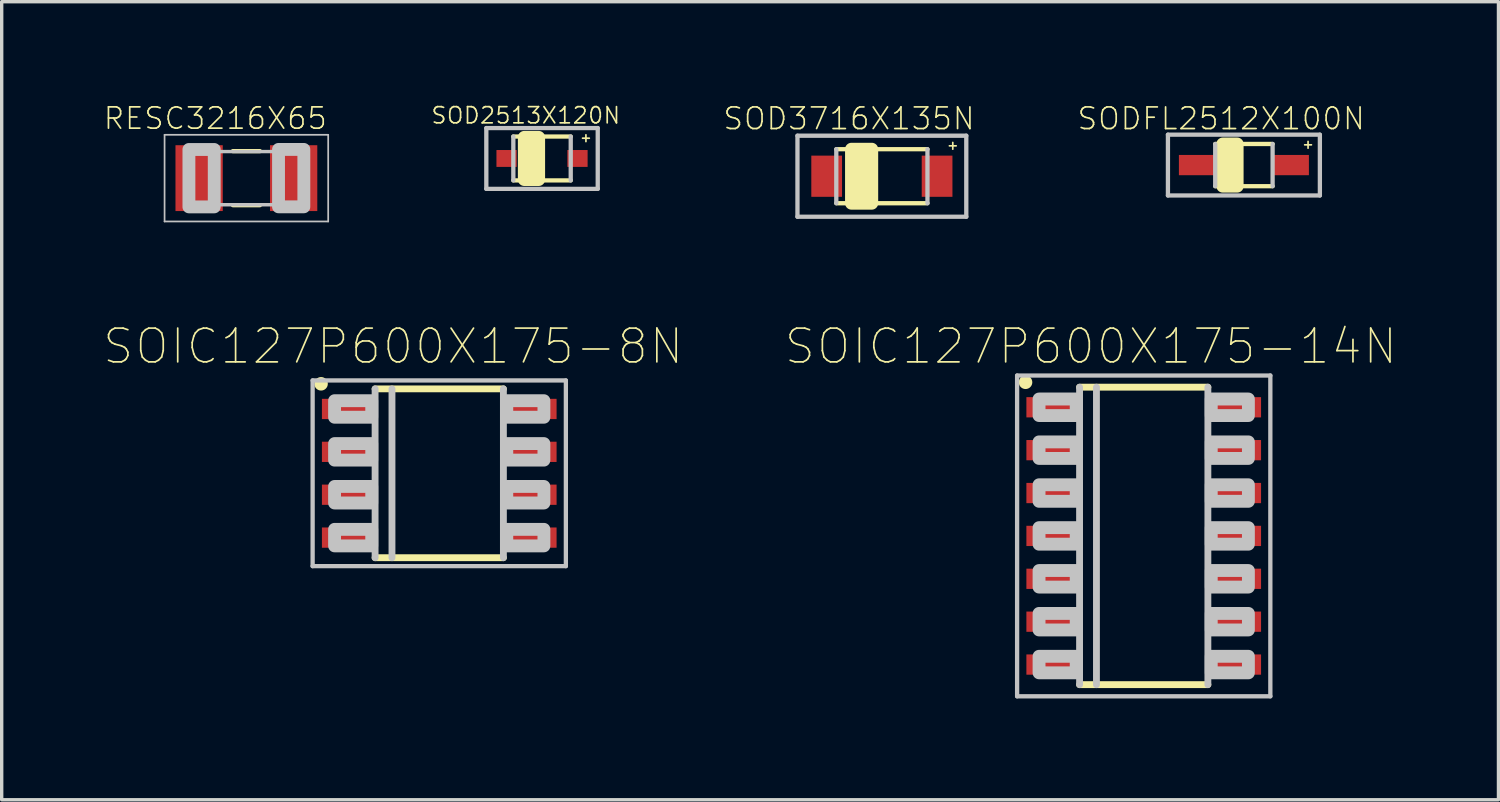
<source format=kicad_pcb>
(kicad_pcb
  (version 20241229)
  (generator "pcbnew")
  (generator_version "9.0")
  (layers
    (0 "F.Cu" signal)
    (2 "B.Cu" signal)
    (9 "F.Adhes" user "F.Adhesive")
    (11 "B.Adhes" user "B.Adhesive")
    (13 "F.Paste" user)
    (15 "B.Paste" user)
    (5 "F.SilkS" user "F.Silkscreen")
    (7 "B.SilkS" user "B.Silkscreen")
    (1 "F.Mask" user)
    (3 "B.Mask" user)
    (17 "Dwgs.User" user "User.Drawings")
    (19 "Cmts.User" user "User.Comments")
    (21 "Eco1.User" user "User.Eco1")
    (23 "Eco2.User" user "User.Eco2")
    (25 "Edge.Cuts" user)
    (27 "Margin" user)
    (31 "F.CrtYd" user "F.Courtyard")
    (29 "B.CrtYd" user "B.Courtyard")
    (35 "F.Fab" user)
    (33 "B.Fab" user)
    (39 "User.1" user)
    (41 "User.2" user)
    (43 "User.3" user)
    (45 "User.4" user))
  (footprint "RESC3216X65"
    (layer "F.Cu")
    (at 4.247 2.226)
    (property "Reference" "RESC3216X65" (at -0.92 -1.77 0) (layer "F.SilkS") (effects (font (size 0.63 0.63) (thickness 0.05))))
    (attr smd)
    (fp_line (start -0.4 -0.8) (end 0.4 -0.8) (stroke (width 0.127) (type solid)) (layer "F.SilkS"))
    (fp_line (start -0.4 0.8) (end 0.4 0.8) (stroke (width 0.127) (type solid)) (layer "F.SilkS"))
    (fp_line (start -2.423 -1.283) (end 2.423 -1.283) (stroke (width 0.051) (type solid)) (layer "Dwgs.User"))
    (fp_line (start -2.423 1.283) (end -2.423 -1.283) (stroke (width 0.051) (type solid)) (layer "Dwgs.User"))
    (fp_line (start -0.965 -0.787) (end 0.965 -0.787) (stroke (width 0.102) (type solid)) (layer "Dwgs.User"))
    (fp_line (start -0.965 0.787) (end 0.965 0.787) (stroke (width 0.102) (type solid)) (layer "Dwgs.User"))
    (fp_line (start 2.423 -1.283) (end 2.423 1.283) (stroke (width 0.051) (type solid)) (layer "Dwgs.User"))
    (fp_line (start 2.423 1.283) (end -2.423 1.283) (stroke (width 0.051) (type solid)) (layer "Dwgs.User"))
    (fp_poly (pts (xy -1.702 -0.849) (xy -0.952 -0.849) (xy -0.952 0.851) (xy -1.702 0.851)) (stroke (width 0.381) (type solid)) (fill no) (layer "Dwgs.User"))
    (fp_poly (pts (xy 0.952 -0.851) (xy 1.702 -0.851) (xy 1.702 0.849) (xy 0.952 0.849)) (stroke (width 0.381) (type solid)) (fill no) (layer "Dwgs.User"))
    (pad "1" smd rect (at -1.4 0) (size 1.4 1.95) (layers "F.Cu" "F.Mask" "F.Paste"))
    (pad "2" smd rect (at 1.4 0) (size 1.4 1.95) (layers "F.Cu" "F.Mask" "F.Paste")))
  (footprint "SOIC127P600X175-8N"
    (layer "F.Cu")
    (at 9.959 10.967)
    (property "Reference" "SOIC127P600X175-8N" (at -1.365 -3.76 0) (layer "F.SilkS") (effects (font (size 1 1) (thickness 0.05))))
    (attr smd)
    (fp_line (start -1.9 -2.5) (end 1.9 -2.5) (stroke (width 0.203) (type solid)) (layer "F.SilkS"))
    (fp_line (start 1.9 2.5) (end -1.9 2.5) (stroke (width 0.203) (type solid)) (layer "F.SilkS"))
    (fp_circle (center -3.5 -2.65) (end -3.3 -2.65) (stroke (width 0) (type solid)) (fill yes) (layer "F.SilkS"))
    (fp_line (start -3.75 -2.75) (end 3.75 -2.75) (stroke (width 0.127) (type solid)) (layer "Dwgs.User"))
    (fp_line (start -3.75 2.75) (end -3.75 -2.75) (stroke (width 0.127) (type solid)) (layer "Dwgs.User"))
    (fp_line (start -1.9 2.5) (end -1.9 -2.5) (stroke (width 0.203) (type solid)) (layer "Dwgs.User"))
    (fp_line (start -1.4 2.5) (end -1.4 -2.5) (stroke (width 0.203) (type solid)) (layer "Dwgs.User"))
    (fp_line (start 1.9 -2.5) (end 1.9 2.5) (stroke (width 0.203) (type solid)) (layer "Dwgs.User"))
    (fp_line (start 3.75 -2.75) (end 3.75 2.75) (stroke (width 0.127) (type solid)) (layer "Dwgs.User"))
    (fp_line (start 3.75 2.75) (end -3.75 2.75) (stroke (width 0.127) (type solid)) (layer "Dwgs.User"))
    (fp_poly (pts (xy -2 -2.15) (xy -2 -1.66) (xy -3.1 -1.66) (xy -3.1 -2.15)) (stroke (width 0.381) (type solid)) (fill no) (layer "Dwgs.User"))
    (fp_poly (pts (xy -2 -0.88) (xy -2 -0.39) (xy -3.1 -0.39) (xy -3.1 -0.88)) (stroke (width 0.381) (type solid)) (fill no) (layer "Dwgs.User"))
    (fp_poly (pts (xy -2 0.39) (xy -2 0.88) (xy -3.1 0.88) (xy -3.1 0.39)) (stroke (width 0.381) (type solid)) (fill no) (layer "Dwgs.User"))
    (fp_poly (pts (xy -2 1.66) (xy -2 2.15) (xy -3.1 2.15) (xy -3.1 1.66)) (stroke (width 0.381) (type solid)) (fill no) (layer "Dwgs.User"))
    (fp_poly (pts (xy 3.1 -2.15) (xy 3.1 -1.66) (xy 2 -1.66) (xy 2 -2.15)) (stroke (width 0.381) (type solid)) (fill no) (layer "Dwgs.User"))
    (fp_poly (pts (xy 3.1 -0.88) (xy 3.1 -0.39) (xy 2 -0.39) (xy 2 -0.88)) (stroke (width 0.381) (type solid)) (fill no) (layer "Dwgs.User"))
    (fp_poly (pts (xy 3.1 0.39) (xy 3.1 0.88) (xy 2 0.88) (xy 2 0.39)) (stroke (width 0.381) (type solid)) (fill no) (layer "Dwgs.User"))
    (fp_poly (pts (xy 3.1 1.66) (xy 3.1 2.15) (xy 2 2.15) (xy 2 1.66)) (stroke (width 0.381) (type solid)) (fill no) (layer "Dwgs.User"))
    (pad "1" smd rect (at -2.7 -1.905) (size 1.55 0.6) (layers "F.Cu" "F.Mask" "F.Paste"))
    (pad "2" smd rect (at -2.7 -0.635) (size 1.55 0.6) (layers "F.Cu" "F.Mask" "F.Paste"))
    (pad "3" smd rect (at -2.7 0.635) (size 1.55 0.6) (layers "F.Cu" "F.Mask" "F.Paste"))
    (pad "4" smd rect (at -2.7 1.905 180) (size 1.55 0.6) (layers "F.Cu" "F.Mask" "F.Paste"))
    (pad "5" smd rect (at 2.7 1.905) (size 1.55 0.6) (layers "F.Cu" "F.Mask" "F.Paste"))
    (pad "6" smd rect (at 2.7 0.635) (size 1.55 0.6) (layers "F.Cu" "F.Mask" "F.Paste"))
    (pad "7" smd rect (at 2.7 -0.635) (size 1.55 0.6) (layers "F.Cu" "F.Mask" "F.Paste"))
    (pad "8" smd rect (at 2.7 -1.905) (size 1.55 0.6) (layers "F.Cu" "F.Mask" "F.Paste")))
  (footprint "SOD2513X120N"
    (layer "F.Cu")
    (at 13.003 1.643)
    (property "Reference" "SOD2513X120N" (at -0.481 -1.275 0) (layer "F.SilkS") (effects (font (size 0.48 0.48) (thickness 0.05))))
    (attr smd)
    (fp_line (start -0.85 -0.65) (end 0.85 -0.65) (stroke (width 0.127) (type solid)) (layer "F.SilkS"))
    (fp_line (start -0.85 0.65) (end 0.85 0.65) (stroke (width 0.127) (type solid)) (layer "F.SilkS"))
    (fp_line (start 1.2 -0.6) (end 1.4 -0.6) (stroke (width 0.05) (type solid)) (layer "F.SilkS"))
    (fp_line (start 1.3 -0.7) (end 1.3 -0.5) (stroke (width 0.05) (type solid)) (layer "F.SilkS"))
    (fp_poly (pts (xy -0.525 -0.625) (xy -0.1 -0.625) (xy -0.1 0.625) (xy -0.525 0.625)) (stroke (width 0.381) (type solid)) (fill yes) (layer "F.SilkS"))
    (fp_line (start -1.65 -0.9) (end -1.65 0.9) (stroke (width 0.127) (type solid)) (layer "Dwgs.User"))
    (fp_line (start -1.65 0.9) (end 1.65 0.9) (stroke (width 0.127) (type solid)) (layer "Dwgs.User"))
    (fp_line (start -0.85 0.65) (end -0.85 -0.65) (stroke (width 0.127) (type solid)) (layer "Dwgs.User"))
    (fp_line (start 0.85 -0.65) (end 0.85 0.65) (stroke (width 0.127) (type solid)) (layer "Dwgs.User"))
    (fp_line (start 1.65 -0.9) (end -1.65 -0.9) (stroke (width 0.127) (type solid)) (layer "Dwgs.User"))
    (fp_line (start 1.65 0.9) (end 1.65 -0.9) (stroke (width 0.127) (type solid)) (layer "Dwgs.User"))
    (pad "A" smd rect (at 1.05 0) (size 0.6 0.5) (layers "F.Cu" "F.Mask" "F.Paste"))
    (pad "C" smd rect (at -1.05 0) (size 0.6 0.5) (layers "F.Cu" "F.Mask" "F.Paste")))
  (footprint "SOIC127P600X175-14N"
    (layer "F.Cu")
    (at 30.823 12.822)
    (property "Reference" "SOIC127P600X175-14N" (at -1.565 -5.615 0) (layer "F.SilkS") (effects (font (size 1 1) (thickness 0.05))))
    (attr smd)
    (fp_line (start -1.9 -4.405) (end 1.9 -4.405) (stroke (width 0.203) (type solid)) (layer "F.SilkS"))
    (fp_line (start 1.9 4.405) (end -1.9 4.405) (stroke (width 0.203) (type solid)) (layer "F.SilkS"))
    (fp_circle (center -3.5 -4.55) (end -3.3 -4.55) (stroke (width 0) (type solid)) (fill yes) (layer "F.SilkS"))
    (fp_line (start -3.75 -4.75) (end 3.75 -4.75) (stroke (width 0.127) (type solid)) (layer "Dwgs.User"))
    (fp_line (start -3.75 4.75) (end -3.75 -4.75) (stroke (width 0.127) (type solid)) (layer "Dwgs.User"))
    (fp_line (start -1.9 4.405) (end -1.9 -4.405) (stroke (width 0.203) (type solid)) (layer "Dwgs.User"))
    (fp_line (start -1.4 4.405) (end -1.4 -4.405) (stroke (width 0.203) (type solid)) (layer "Dwgs.User"))
    (fp_line (start 1.9 -4.405) (end 1.9 4.405) (stroke (width 0.203) (type solid)) (layer "Dwgs.User"))
    (fp_line (start 3.75 -4.75) (end 3.75 4.75) (stroke (width 0.127) (type solid)) (layer "Dwgs.User"))
    (fp_line (start 3.75 4.75) (end -3.75 4.75) (stroke (width 0.127) (type solid)) (layer "Dwgs.User"))
    (fp_poly (pts (xy -2 -4.055) (xy -2 -3.565) (xy -3.1 -3.565) (xy -3.1 -4.055)) (stroke (width 0.381) (type solid)) (fill no) (layer "Dwgs.User"))
    (fp_poly (pts (xy -2 -2.785) (xy -2 -2.295) (xy -3.1 -2.295) (xy -3.1 -2.785)) (stroke (width 0.381) (type solid)) (fill no) (layer "Dwgs.User"))
    (fp_poly (pts (xy -2 -1.515) (xy -2 -1.025) (xy -3.1 -1.025) (xy -3.1 -1.515)) (stroke (width 0.381) (type solid)) (fill no) (layer "Dwgs.User"))
    (fp_poly (pts (xy -2 -0.245) (xy -2 0.245) (xy -3.1 0.245) (xy -3.1 -0.245)) (stroke (width 0.381) (type solid)) (fill no) (layer "Dwgs.User"))
    (fp_poly (pts (xy -2 1.025) (xy -2 1.515) (xy -3.1 1.515) (xy -3.1 1.025)) (stroke (width 0.381) (type solid)) (fill no) (layer "Dwgs.User"))
    (fp_poly (pts (xy -2 2.295) (xy -2 2.785) (xy -3.1 2.785) (xy -3.1 2.295)) (stroke (width 0.381) (type solid)) (fill no) (layer "Dwgs.User"))
    (fp_poly (pts (xy -2 3.565) (xy -2 4.055) (xy -3.1 4.055) (xy -3.1 3.565)) (stroke (width 0.381) (type solid)) (fill no) (layer "Dwgs.User"))
    (fp_poly (pts (xy 3.1 -4.055) (xy 3.1 -3.565) (xy 2 -3.565) (xy 2 -4.055)) (stroke (width 0.381) (type solid)) (fill no) (layer "Dwgs.User"))
    (fp_poly (pts (xy 3.1 -2.785) (xy 3.1 -2.295) (xy 2 -2.295) (xy 2 -2.785)) (stroke (width 0.381) (type solid)) (fill no) (layer "Dwgs.User"))
    (fp_poly (pts (xy 3.1 -1.515) (xy 3.1 -1.025) (xy 2 -1.025) (xy 2 -1.515)) (stroke (width 0.381) (type solid)) (fill no) (layer "Dwgs.User"))
    (fp_poly (pts (xy 3.1 -0.245) (xy 3.1 0.245) (xy 2 0.245) (xy 2 -0.245)) (stroke (width 0.381) (type solid)) (fill no) (layer "Dwgs.User"))
    (fp_poly (pts (xy 3.1 1.025) (xy 3.1 1.515) (xy 2 1.515) (xy 2 1.025)) (stroke (width 0.381) (type solid)) (fill no) (layer "Dwgs.User"))
    (fp_poly (pts (xy 3.1 2.295) (xy 3.1 2.785) (xy 2 2.785) (xy 2 2.295)) (stroke (width 0.381) (type solid)) (fill no) (layer "Dwgs.User"))
    (fp_poly (pts (xy 3.1 3.565) (xy 3.1 4.055) (xy 2 4.055) (xy 2 3.565)) (stroke (width 0.381) (type solid)) (fill no) (layer "Dwgs.User"))
    (pad "1" smd rect (at -2.7 -3.81) (size 1.55 0.6) (layers "F.Cu" "F.Mask" "F.Paste"))
    (pad "2" smd rect (at -2.7 -2.54) (size 1.55 0.6) (layers "F.Cu" "F.Mask" "F.Paste"))
    (pad "3" smd rect (at -2.7 -1.27) (size 1.55 0.6) (layers "F.Cu" "F.Mask" "F.Paste"))
    (pad "4" smd rect (at -2.7 0) (size 1.55 0.6) (layers "F.Cu" "F.Mask" "F.Paste"))
    (pad "5" smd rect (at -2.7 1.27) (size 1.55 0.6) (layers "F.Cu" "F.Mask" "F.Paste"))
    (pad "6" smd rect (at -2.7 2.54) (size 1.55 0.6) (layers "F.Cu" "F.Mask" "F.Paste"))
    (pad "7" smd rect (at -2.7 3.81) (size 1.55 0.6) (layers "F.Cu" "F.Mask" "F.Paste"))
    (pad "8" smd rect (at 2.7 3.81) (size 1.55 0.6) (layers "F.Cu" "F.Mask" "F.Paste"))
    (pad "9" smd rect (at 2.7 2.54) (size 1.55 0.6) (layers "F.Cu" "F.Mask" "F.Paste"))
    (pad "10" smd rect (at 2.7 1.27) (size 1.55 0.6) (layers "F.Cu" "F.Mask" "F.Paste"))
    (pad "11" smd rect (at 2.7 0) (size 1.55 0.6) (layers "F.Cu" "F.Mask" "F.Paste"))
    (pad "12" smd rect (at 2.7 -1.27 180) (size 1.55 0.6) (layers "F.Cu" "F.Mask" "F.Paste"))
    (pad "13" smd rect (at 2.7 -2.54 180) (size 1.55 0.6) (layers "F.Cu" "F.Mask" "F.Paste"))
    (pad "14" smd rect (at 2.7 -3.81) (size 1.55 0.6) (layers "F.Cu" "F.Mask" "F.Paste")))
  (footprint "SODFL2512X100N"
    (layer "F.Cu")
    (at 33.79 1.839)
    (property "Reference" "SODFL2512X100N" (at -0.674 -1.376 0) (layer "F.SilkS") (effects (font (size 0.64 0.64) (thickness 0.05))))
    (attr smd)
    (fp_line (start -0.85 -0.625) (end 0.85 -0.625) (stroke (width 0.127) (type solid)) (layer "F.SilkS"))
    (fp_line (start -0.85 0.625) (end 0.85 0.625) (stroke (width 0.127) (type solid)) (layer "F.SilkS"))
    (fp_line (start 1.8 -0.6) (end 2 -0.6) (stroke (width 0.05) (type solid)) (layer "F.SilkS"))
    (fp_line (start 1.9 -0.7) (end 1.9 -0.5) (stroke (width 0.05) (type solid)) (layer "F.SilkS"))
    (fp_poly (pts (xy -0.625 -0.625) (xy -0.2 -0.625) (xy -0.2 0.625) (xy -0.625 0.625)) (stroke (width 0.381) (type solid)) (fill yes) (layer "F.SilkS"))
    (fp_line (start -2.25 -0.9) (end -2.25 0.9) (stroke (width 0.127) (type solid)) (layer "Dwgs.User"))
    (fp_line (start -2.25 0.9) (end 2.25 0.9) (stroke (width 0.127) (type solid)) (layer "Dwgs.User"))
    (fp_line (start -0.85 0.625) (end -0.85 -0.625) (stroke (width 0.127) (type solid)) (layer "Dwgs.User"))
    (fp_line (start 0.85 -0.625) (end 0.85 0.625) (stroke (width 0.127) (type solid)) (layer "Dwgs.User"))
    (fp_line (start 2.25 -0.9) (end -2.25 -0.9) (stroke (width 0.127) (type solid)) (layer "Dwgs.User"))
    (fp_line (start 2.25 0.9) (end 2.25 -0.9) (stroke (width 0.127) (type solid)) (layer "Dwgs.User"))
    (pad "A" smd rect (at 1.4 0) (size 1.05 0.6) (layers "F.Cu" "F.Mask" "F.Paste"))
    (pad "C" smd rect (at -1.4 0) (size 1.05 0.6) (layers "F.Cu" "F.Mask" "F.Paste")))
  (footprint "SOD3716X135N"
    (layer "F.Cu")
    (at 23.068 2.169)
    (property "Reference" "SOD3716X135N" (at -0.974 -1.706 0) (layer "F.SilkS") (effects (font (size 0.64 0.64) (thickness 0.05))))
    (attr smd)
    (fp_line (start -1.35 -0.8) (end 1.35 -0.8) (stroke (width 0.127) (type solid)) (layer "F.SilkS"))
    (fp_line (start 1.35 0.8) (end -1.35 0.8) (stroke (width 0.127) (type solid)) (layer "F.SilkS"))
    (fp_line (start 2 -0.9) (end 2.2 -0.9) (stroke (width 0.05) (type solid)) (layer "F.SilkS"))
    (fp_line (start 2.1 -1) (end 2.1 -0.8) (stroke (width 0.05) (type solid)) (layer "F.SilkS"))
    (fp_poly (pts (xy -0.9 -0.8) (xy -0.3 -0.8) (xy -0.3 0.8) (xy -0.9 0.8)) (stroke (width 0.381) (type solid)) (fill yes) (layer "F.SilkS"))
    (fp_line (start -2.5 -1.2) (end -2.5 1.2) (stroke (width 0.127) (type solid)) (layer "Dwgs.User"))
    (fp_line (start -2.5 1.2) (end 2.5 1.2) (stroke (width 0.127) (type solid)) (layer "Dwgs.User"))
    (fp_line (start -1.35 0.8) (end -1.35 -0.8) (stroke (width 0.127) (type solid)) (layer "Dwgs.User"))
    (fp_line (start 1.35 -0.8) (end 1.35 0.8) (stroke (width 0.127) (type solid)) (layer "Dwgs.User"))
    (fp_line (start 2.5 -1.2) (end -2.5 -1.2) (stroke (width 0.127) (type solid)) (layer "Dwgs.User"))
    (fp_line (start 2.5 1.2) (end 2.5 -1.2) (stroke (width 0.127) (type solid)) (layer "Dwgs.User"))
    (pad "A" smd rect (at 1.635 0) (size 0.91 1.22) (layers "F.Cu" "F.Mask" "F.Paste"))
    (pad "C" smd rect (at -1.635 0) (size 0.91 1.22) (layers "F.Cu" "F.Mask" "F.Paste")))
  (gr_rect
    (start -3 -3)
    (end 41.329 20.636)
    (stroke (width 0.1) (type default))
    (fill no)
    (layer "Edge.Cuts")))
</source>
